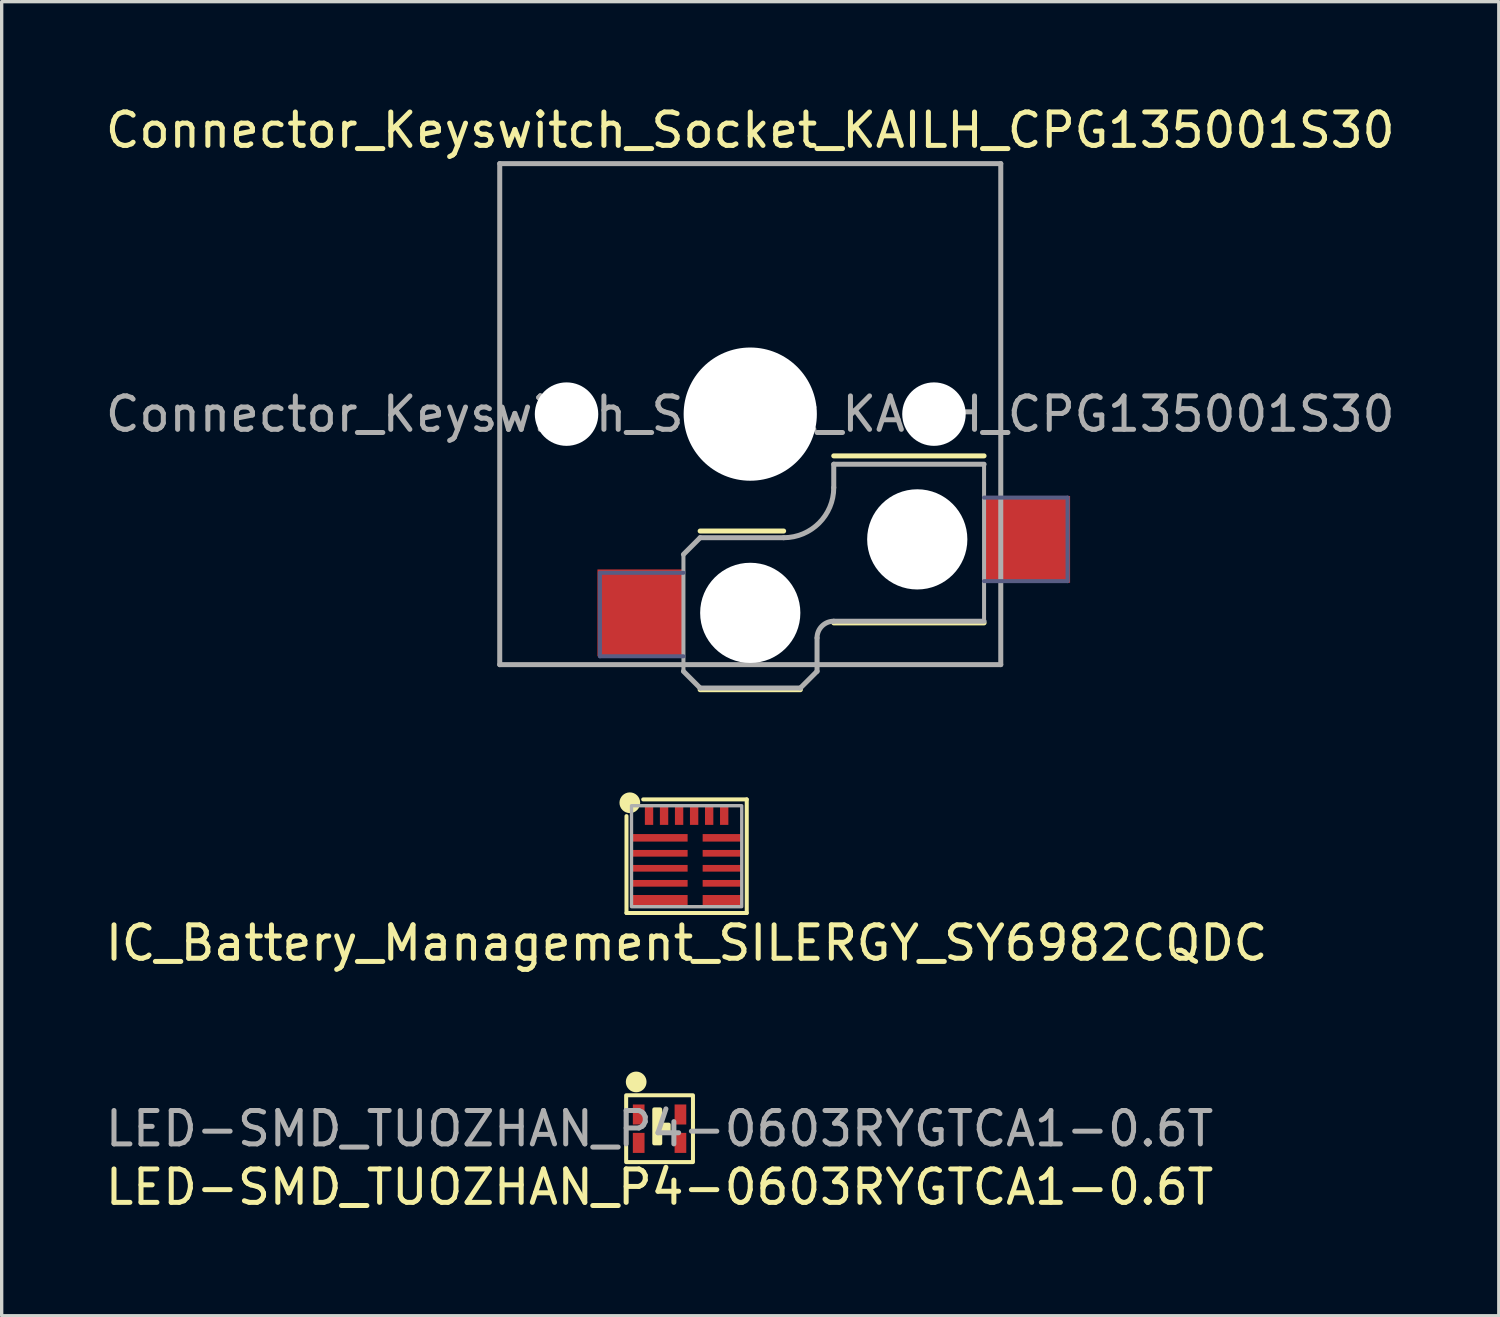
<source format=kicad_pcb>
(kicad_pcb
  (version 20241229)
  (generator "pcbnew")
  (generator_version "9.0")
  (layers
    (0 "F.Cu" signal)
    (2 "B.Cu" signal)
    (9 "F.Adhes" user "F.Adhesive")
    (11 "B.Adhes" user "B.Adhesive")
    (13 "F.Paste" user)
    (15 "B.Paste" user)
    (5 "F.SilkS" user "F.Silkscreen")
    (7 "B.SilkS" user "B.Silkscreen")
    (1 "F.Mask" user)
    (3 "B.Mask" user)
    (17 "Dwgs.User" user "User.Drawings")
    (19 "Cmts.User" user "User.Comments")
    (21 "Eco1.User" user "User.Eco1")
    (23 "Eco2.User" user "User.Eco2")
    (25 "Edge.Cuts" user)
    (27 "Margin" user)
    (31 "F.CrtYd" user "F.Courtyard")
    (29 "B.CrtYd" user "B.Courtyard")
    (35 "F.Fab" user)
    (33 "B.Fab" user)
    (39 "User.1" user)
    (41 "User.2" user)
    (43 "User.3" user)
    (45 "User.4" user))
  (footprint "IC_Battery_Management_SILERGY_SY6982CQDC"
    (layer "F.Cu")
    (at 17.506 22.583)
    (property "Reference" "IC_Battery_Management_SILERGY_SY6982CQDC" (at 0 2.6 0) (unlocked yes) (layer "F.SilkS") (effects (font (size 1 1) (thickness 0.15))))
    (attr smd)
    (fp_line (start -1.8 -1.2) (end -1.8 1.7) (stroke (width 0.12) (type default)) (layer "F.SilkS"))
    (fp_line (start -1.8 1.7) (end 1.8 1.7) (stroke (width 0.12) (type default)) (layer "F.SilkS"))
    (fp_line (start -1.3 -1.7) (end 1.8 -1.7) (stroke (width 0.12) (type default)) (layer "F.SilkS"))
    (fp_line (start 1.8 1.7) (end 1.8 -1.7) (stroke (width 0.12) (type default)) (layer "F.SilkS"))
    (fp_circle (center -1.7 -1.6) (end -1.45 -1.6) (stroke (width 0.12) (type solid)) (fill yes) (layer "F.SilkS"))
    (fp_rect (start -1.65 -1.512) (end 1.65 1.512) (stroke (width 0.1) (type default)) (fill no) (layer "F.Fab"))
    (pad "1" smd rect (at -1.125 -1.225) (size 0.25 0.575) (layers "F.Cu" "F.Mask" "F.Paste"))
    (pad "2" smd rect (at -0.675 -1.225) (size 0.25 0.575) (layers "F.Cu" "F.Mask" "F.Paste"))
    (pad "3" smd rect (at -0.225 -1.225) (size 0.25 0.575) (layers "F.Cu" "F.Mask" "F.Paste"))
    (pad "4" smd rect (at 0.225 -1.225) (size 0.25 0.575) (layers "F.Cu" "F.Mask" "F.Paste"))
    (pad "5" smd rect (at 0.675 -1.225) (size 0.25 0.575) (layers "F.Cu" "F.Mask" "F.Paste"))
    (pad "6" smd rect (at 1.125 -1.225) (size 0.25 0.575) (layers "F.Cu" "F.Mask" "F.Paste"))
    (pad "7" smd rect (at 1.065 -0.55 90) (size 0.225 1.17) (layers "F.Cu" "F.Mask" "F.Paste"))
    (pad "8" smd rect (at 1.065 -0.087 90) (size 0.2 1.17) (layers "F.Cu" "F.Mask" "F.Paste"))
    (pad "9" smd rect (at 1.065 0.362 90) (size 0.2 1.17) (layers "F.Cu" "F.Mask" "F.Paste"))
    (pad "10" smd rect (at 1.065 0.812 90) (size 0.2 1.17) (layers "F.Cu" "F.Mask" "F.Paste"))
    (pad "11" smd rect (at 1.065 1.337 90) (size 0.35 1.17) (layers "F.Cu" "F.Mask" "F.Paste"))
    (pad "12" smd rect (at -0.81 1.337 90) (size 0.35 1.68) (layers "F.Cu" "F.Mask" "F.Paste"))
    (pad "13" smd rect (at -0.81 0.812 90) (size 0.2 1.68) (layers "F.Cu" "F.Mask" "F.Paste"))
    (pad "14" smd rect (at -0.81 0.362 90) (size 0.2 1.68) (layers "F.Cu" "F.Mask" "F.Paste"))
    (pad "15" smd rect (at -0.81 -0.087 90) (size 0.2 1.68) (layers "F.Cu" "F.Mask" "F.Paste"))
    (pad "16" smd rect (at -0.81 -0.55 90) (size 0.225 1.68) (layers "F.Cu" "F.Mask" "F.Paste")))
  (footprint "LED-SMD_TUOZHAN_P4-0603RYGTCA1-0.6T"
    (layer "F.Cu")
    (at 16.696 30.741)
    (property "Reference" "LED-SMD_TUOZHAN_P4-0603RYGTCA1-0.6T" (at 0 1.75 0) (unlocked yes) (layer "F.SilkS") (effects (font (size 1 1) (thickness 0.15))))
    (attr smd)
    (fp_rect (start -1 -1) (end 1 1) (stroke (width 0.12) (type default)) (fill no) (layer "F.SilkS"))
    (fp_circle (center -0.7 -1.4) (end -0.45 -1.4) (stroke (width 0.12) (type solid)) (fill yes) (layer "F.SilkS"))
    (fp_poly (pts (xy -0.158 -0.577) (xy -0.158 0.439) (xy 0.02 0.439) (xy 0.02 0.083) (xy 0.274 0.083) (xy 0.274 -0.12) (xy 0.02 -0.12) (xy 0.02 -0.577)) (stroke (width 0.12) (type solid)) (fill yes) (layer "F.SilkS"))
    (fp_text user "${REFERENCE}" (at 0 0 0) (unlocked yes) (layer "F.Fab") (effects (font (size 1 1) (thickness 0.15))))
    (pad "1" smd rect (at -0.625 -0.425) (size 0.35 0.6) (layers "F.Cu" "F.Mask" "F.Paste"))
    (pad "2" smd rect (at 0.625 -0.425) (size 0.35 0.6) (layers "F.Cu" "F.Mask" "F.Paste"))
    (pad "3" smd rect (at -0.625 0.425) (size 0.35 0.6) (layers "F.Cu" "F.Mask" "F.Paste"))
    (pad "4" smd rect (at 0.625 0.425) (size 0.35 0.6) (layers "F.Cu" "F.Mask" "F.Paste")))
  (footprint "Connector_Keyswitch_Socket_KAILH_CPG135001S30"
    (layer "F.Cu")
    (at 19.411 9.348)
    (property "Reference" "Connector_Keyswitch_Socket_KAILH_CPG135001S30" (at 0 -8.5 0) (layer "F.SilkS") (effects (font (size 1 1) (thickness 0.15))))
    (attr smd)
    (fp_line (start -1.5 3.5) (end 1 3.5) (stroke (width 0.15) (type solid)) (layer "F.SilkS"))
    (fp_line (start -1.5 8.25) (end 1.5 8.25) (stroke (width 0.15) (type solid)) (layer "F.SilkS"))
    (fp_line (start 2.5 1.25) (end 7 1.25) (stroke (width 0.15) (type solid)) (layer "F.SilkS"))
    (fp_line (start 7 6.25) (end 2.5 6.25) (stroke (width 0.15) (type solid)) (layer "F.SilkS"))
    (fp_line (start -6.9 -6.9) (end -6.9 6.9) (stroke (width 0.15) (type solid)) (layer "Eco2.User"))
    (fp_line (start -6.9 -6.9) (end 6.9 -6.9) (stroke (width 0.15) (type solid)) (layer "Eco2.User"))
    (fp_line (start -2.6 -6.3) (end 2.6 -6.3) (stroke (width 0.15) (type solid)) (layer "Eco2.User"))
    (fp_line (start -2.6 -3.1) (end -2.6 -6.3) (stroke (width 0.15) (type solid)) (layer "Eco2.User"))
    (fp_line (start 2.6 -3.1) (end -2.6 -3.1) (stroke (width 0.15) (type solid)) (layer "Eco2.User"))
    (fp_line (start 2.6 -3.1) (end 2.6 -6.3) (stroke (width 0.15) (type solid)) (layer "Eco2.User"))
    (fp_line (start 6.9 6.9) (end -6.9 6.9) (stroke (width 0.15) (type solid)) (layer "Eco2.User"))
    (fp_line (start 6.9 6.9) (end 6.9 -6.9) (stroke (width 0.15) (type solid)) (layer "Eco2.User"))
    (fp_line (start -4.5 4.75) (end -4.5 7.25) (stroke (width 0.12) (type solid)) (layer "B.Fab"))
    (fp_line (start -4.5 7.25) (end -2 7.25) (stroke (width 0.12) (type solid)) (layer "B.Fab"))
    (fp_line (start -2 4.75) (end -4.5 4.75) (stroke (width 0.12) (type solid)) (layer "B.Fab"))
    (fp_line (start 7 5) (end 9.5 5) (stroke (width 0.12) (type solid)) (layer "B.Fab"))
    (fp_line (start 9.5 2.5) (end 7 2.5) (stroke (width 0.12) (type solid)) (layer "B.Fab"))
    (fp_line (start 9.5 5) (end 9.5 2.5) (stroke (width 0.12) (type solid)) (layer "B.Fab"))
    (fp_line (start -7.5 -7.5) (end -7.5 7.5) (stroke (width 0.15) (type solid)) (layer "F.Fab"))
    (fp_line (start -7.5 7.5) (end 7.5 7.5) (stroke (width 0.15) (type solid)) (layer "F.Fab"))
    (fp_line (start -2 4.2) (end -1.5 3.7) (stroke (width 0.15) (type solid)) (layer "F.Fab"))
    (fp_line (start -2 4.25) (end -2 7.7) (stroke (width 0.12) (type solid)) (layer "F.Fab"))
    (fp_line (start -2 7.7) (end -1.5 8.2) (stroke (width 0.15) (type solid)) (layer "F.Fab"))
    (fp_line (start -1.5 3.7) (end 1 3.7) (stroke (width 0.15) (type solid)) (layer "F.Fab"))
    (fp_line (start -1.5 8.2) (end 1.5 8.2) (stroke (width 0.15) (type solid)) (layer "F.Fab"))
    (fp_line (start 1.5 8.2) (end 2 7.7) (stroke (width 0.15) (type solid)) (layer "F.Fab"))
    (fp_line (start 2 6.7) (end 2 7.7) (stroke (width 0.15) (type solid)) (layer "F.Fab"))
    (fp_line (start 2.5 1.5) (end 7 1.5) (stroke (width 0.15) (type solid)) (layer "F.Fab"))
    (fp_line (start 2.5 2.2) (end 2.5 1.5) (stroke (width 0.15) (type solid)) (layer "F.Fab"))
    (fp_line (start 7 1.5) (end 7 6.2) (stroke (width 0.12) (type solid)) (layer "F.Fab"))
    (fp_line (start 7 6.2) (end 2.5 6.2) (stroke (width 0.15) (type solid)) (layer "F.Fab"))
    (fp_line (start 7.5 -7.5) (end -7.5 -7.5) (stroke (width 0.15) (type solid)) (layer "F.Fab"))
    (fp_line (start 7.5 7.5) (end 7.5 -7.5) (stroke (width 0.15) (type solid)) (layer "F.Fab"))
    (fp_arc (start 2 6.7) (mid 2.146446 6.346446) (end 2.5 6.2) (stroke (width 0.15) (type solid)) (layer "F.Fab"))
    (fp_arc (start 2.5 2.2) (mid 2.06066 3.26066) (end 1 3.7) (stroke (width 0.15) (type solid)) (layer "F.Fab"))
    (fp_text user "${REFERENCE}" (at 0 0 0) (layer "F.Fab") (effects (font (size 1 1) (thickness 0.15))))
    (pad "" np_thru_hole circle (at -5.5 0) (size 1.9 1.9) (drill 1.9) (layers "*.Cu" "*.Mask"))
    (pad "" np_thru_hole circle (at 0 0) (size 3.988 3.988) (drill 3.988) (layers "*.Cu" "*.Mask"))
    (pad "" np_thru_hole circle (at 0 5.95) (size 3 3) (drill 3) (layers "*.Cu" "*.Mask"))
    (pad "" np_thru_hole circle (at 5 3.75) (size 3 3) (drill 3) (layers "*.Cu" "*.Mask"))
    (pad "" np_thru_hole circle (at 5.5 0) (size 1.9 1.9) (drill 1.9) (layers "*.Cu" "*.Mask"))
    (pad "1" smd rect (at -3.275 5.95) (size 2.6 2.6) (layers "F.Cu" "F.Mask" "F.Paste"))
    (pad "2" smd rect (at 8.275 3.75) (size 2.6 2.6) (layers "F.Cu" "F.Mask" "F.Paste")))
  (gr_rect
    (start -3 -3)
    (end 41.821 36.34)
    (stroke (width 0.1) (type default))
    (fill no)
    (layer "Edge.Cuts")))
</source>
